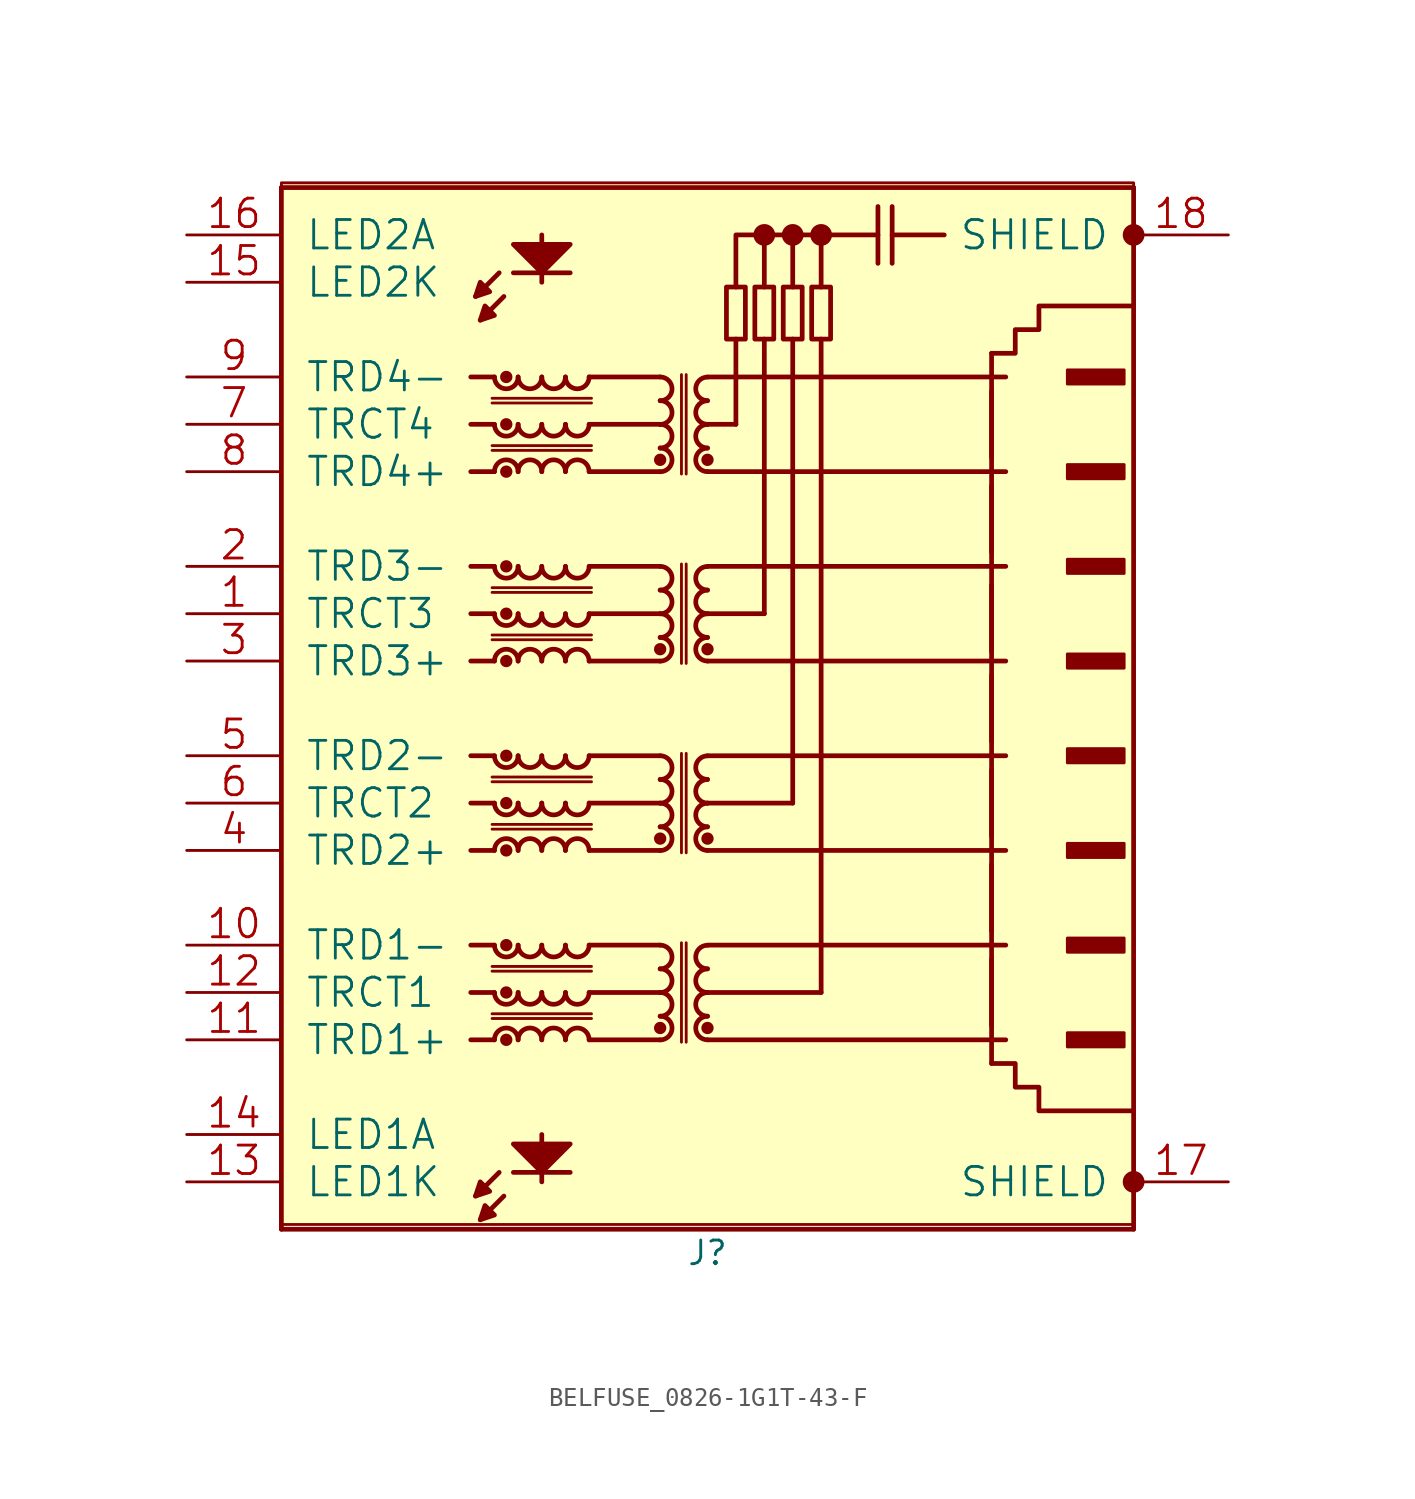
<source format=kicad_sym>
(kicad_symbol_lib
  (version 20241209)
  (generator "kicad_symbol_editor")
  (generator_version "9.0")
  (symbol "BELFUSE_0826-1G1T-43-F"
    (pin_names
      (offset 1.27))
    (property "Reference" "J"
      (at 22.86 -1.27 0)
      (effects (font (size 1.27 1.27))))
    (property "Field5" ""
      (at 0 0 0)
      (effects (font (size 1.27 1.27))))
    (property "Field6" ""
      (at 0 0 0)
      (effects (font (size 1.27 1.27))))
    (property "Field7" ""
      (at 0 0 0)
      (effects (font (size 1.27 1.27))))
    (property "Field8" ""
      (at 0 0 0)
      (effects (font (size 1.27 1.27))))
    (property "Field9" ""
      (at 0 0 0)
      (effects (font (size 1.27 1.27))))
    (property "Field10" ""
      (at 0 0 0)
      (effects (font (size 1.27 1.27))))
    (property "Field11" ""
      (at 0 0 0)
      (effects (font (size 1.27 1.27))))
    (property "Field12" ""
      (at 0 0 0)
      (effects (font (size 1.27 1.27))))
    (property "Field13" ""
      (at 0 0 0)
      (effects (font (size 1.27 1.27))))
    (property "Field14" ""
      (at 0 0 0)
      (effects (font (size 1.27 1.27))))
    (property "Field15" ""
      (at 0 0 0)
      (effects (font (size 1.27 1.27))))
    (property "Field16" ""
      (at 0 0 0)
      (effects (font (size 1.27 1.27))))
    (property "Field17" ""
      (at 0 0 0)
      (effects (font (size 1.27 1.27))))
    (property "Field18" ""
      (at 0 0 0)
      (effects (font (size 1.27 1.27))))
    (property "Field19" ""
      (at 0 0 0)
      (effects (font (size 1.27 1.27))))
    (property "Field20" ""
      (at 0 0 0)
      (effects (font (size 1.27 1.27))))
    (property "Field21" ""
      (at 0 0 0)
      (effects (font (size 1.27 1.27))))
    (property "Field22" ""
      (at 0 0 0)
      (effects (font (size 1.27 1.27))))
    (property "ki_locked" ""
      (at 0 0 0)
      (effects (font (size 1.27 1.27))))
    (symbol "BELFUSE_0826-1G1T-43-F_0_1"
      (rectangle (start 0 56.134) (end 45.72 0.254) (stroke (width 0) (type solid)) (fill (type background)))
      (polyline (pts (xy 0 55.88) (xy 0 0)) (stroke (width 0.254) (type solid)) (fill (type none)))
      (polyline (pts (xy 0 55.88) (xy 45.72 55.88)) (stroke (width 0.254) (type solid)) (fill (type none)))
      (polyline (pts (xy 0 0) (xy 45.72 0)) (stroke (width 0.254) (type solid)) (fill (type none)))
      (polyline (pts (xy 10.16 45.72) (xy 11.43 45.72)) (stroke (width 0.254) (type solid)) (fill (type none)))
      (polyline (pts (xy 10.16 43.18) (xy 11.43 43.18)) (stroke (width 0.254) (type solid)) (fill (type none)))
      (polyline (pts (xy 10.16 40.64) (xy 11.43 40.64)) (stroke (width 0.254) (type solid)) (fill (type none)))
      (polyline (pts (xy 10.16 35.56) (xy 11.43 35.56)) (stroke (width 0.254) (type solid)) (fill (type none)))
      (polyline (pts (xy 10.16 33.02) (xy 11.43 33.02)) (stroke (width 0.254) (type solid)) (fill (type none)))
      (polyline (pts (xy 10.16 30.48) (xy 11.43 30.48)) (stroke (width 0.254) (type solid)) (fill (type none)))
      (polyline (pts (xy 10.16 25.4) (xy 11.43 25.4)) (stroke (width 0.254) (type solid)) (fill (type none)))
      (polyline (pts (xy 10.16 22.86) (xy 11.43 22.86)) (stroke (width 0.254) (type solid)) (fill (type none)))
      (polyline (pts (xy 10.16 20.32) (xy 11.43 20.32)) (stroke (width 0.254) (type solid)) (fill (type none)))
      (polyline (pts (xy 10.16 15.24) (xy 11.43 15.24)) (stroke (width 0.254) (type solid)) (fill (type none)))
      (polyline (pts (xy 10.16 12.7) (xy 11.43 12.7)) (stroke (width 0.254) (type solid)) (fill (type none)))
      (polyline (pts (xy 10.16 10.16) (xy 11.43 10.16)) (stroke (width 0.254) (type solid)) (fill (type none)))
      (polyline (pts (xy 10.414 50.038) (xy 10.668 50.8) (xy 11.176 50.292) (xy 10.414 50.038)) (stroke (width 0.254) (type solid)) (fill (type outline)))
      (polyline (pts (xy 10.414 1.778) (xy 10.668 2.54) (xy 11.176 2.032) (xy 10.414 1.778)) (stroke (width 0.254) (type solid)) (fill (type outline)))
      (polyline (pts (xy 10.668 48.768) (xy 10.922 49.53) (xy 11.43 49.022) (xy 10.668 48.768)) (stroke (width 0.254) (type solid)) (fill (type outline)))
      (polyline (pts (xy 10.668 0.508) (xy 10.922 1.27) (xy 11.43 0.762) (xy 10.668 0.508)) (stroke (width 0.254) (type solid)) (fill (type outline)))
      (polyline (pts (xy 11.303 44.577) (xy 16.637 44.577)) (stroke (width 0) (type solid)) (fill (type none)))
      (polyline (pts (xy 11.303 44.323) (xy 16.637 44.323)) (stroke (width 0) (type solid)) (fill (type none)))
      (polyline (pts (xy 11.303 42.037) (xy 16.637 42.037)) (stroke (width 0) (type solid)) (fill (type none)))
      (polyline (pts (xy 11.303 41.783) (xy 16.637 41.783)) (stroke (width 0) (type solid)) (fill (type none)))
      (polyline (pts (xy 11.303 34.417) (xy 16.637 34.417)) (stroke (width 0) (type solid)) (fill (type none)))
      (polyline (pts (xy 11.303 34.163) (xy 16.637 34.163)) (stroke (width 0) (type solid)) (fill (type none)))
      (polyline (pts (xy 11.303 31.877) (xy 16.637 31.877)) (stroke (width 0) (type solid)) (fill (type none)))
      (polyline (pts (xy 11.303 31.623) (xy 16.637 31.623)) (stroke (width 0) (type solid)) (fill (type none)))
      (polyline (pts (xy 11.303 24.257) (xy 16.637 24.257)) (stroke (width 0) (type solid)) (fill (type none)))
      (polyline (pts (xy 11.303 24.003) (xy 16.637 24.003)) (stroke (width 0) (type solid)) (fill (type none)))
      (polyline (pts (xy 11.303 21.717) (xy 16.637 21.717)) (stroke (width 0) (type solid)) (fill (type none)))
      (polyline (pts (xy 11.303 21.463) (xy 16.637 21.463)) (stroke (width 0) (type solid)) (fill (type none)))
      (polyline (pts (xy 11.303 14.097) (xy 16.637 14.097)) (stroke (width 0) (type solid)) (fill (type none)))
      (polyline (pts (xy 11.303 13.843) (xy 16.637 13.843)) (stroke (width 0) (type solid)) (fill (type none)))
      (polyline (pts (xy 11.303 11.557) (xy 16.637 11.557)) (stroke (width 0) (type solid)) (fill (type none)))
      (polyline (pts (xy 11.303 11.303) (xy 16.637 11.303)) (stroke (width 0) (type solid)) (fill (type none)))
      (polyline (pts (xy 11.684 51.308) (xy 10.414 50.038)) (stroke (width 0.254) (type solid)) (fill (type none)))
      (polyline (pts (xy 11.684 3.048) (xy 10.414 1.778)) (stroke (width 0.254) (type solid)) (fill (type none)))
      (polyline (pts (xy 11.938 50.038) (xy 10.668 48.768)) (stroke (width 0.254) (type solid)) (fill (type none)))
      (polyline (pts (xy 11.938 1.778) (xy 10.668 0.508)) (stroke (width 0.254) (type solid)) (fill (type none)))
      (circle (center 12.065 45.72) (radius 0.254) (stroke (width 0) (type solid)) (fill (type outline)))
      (arc (start 12.7 45.72) (mid 12.065 45.085) (end 11.43 45.72) (stroke (width 0.254) (type solid)) (fill (type none)))
      (circle (center 12.065 43.18) (radius 0.254) (stroke (width 0) (type solid)) (fill (type outline)))
      (arc (start 12.7 43.18) (mid 12.065 42.545) (end 11.43 43.18) (stroke (width 0.254) (type solid)) (fill (type none)))
      (arc (start 11.43 40.64) (mid 12.065 41.275) (end 12.7 40.64) (stroke (width 0.254) (type solid)) (fill (type none)))
      (circle (center 12.065 40.64) (radius 0.254) (stroke (width 0) (type solid)) (fill (type outline)))
      (circle (center 12.065 35.56) (radius 0.254) (stroke (width 0) (type solid)) (fill (type outline)))
      (arc (start 12.7 35.56) (mid 12.065 34.925) (end 11.43 35.56) (stroke (width 0.254) (type solid)) (fill (type none)))
      (circle (center 12.065 33.02) (radius 0.254) (stroke (width 0) (type solid)) (fill (type outline)))
      (arc (start 12.7 33.02) (mid 12.065 32.385) (end 11.43 33.02) (stroke (width 0.254) (type solid)) (fill (type none)))
      (arc (start 11.43 30.48) (mid 12.065 31.115) (end 12.7 30.48) (stroke (width 0.254) (type solid)) (fill (type none)))
      (circle (center 12.065 30.48) (radius 0.254) (stroke (width 0) (type solid)) (fill (type outline)))
      (circle (center 12.065 25.4) (radius 0.254) (stroke (width 0) (type solid)) (fill (type outline)))
      (arc (start 12.7 25.4) (mid 12.065 24.765) (end 11.43 25.4) (stroke (width 0.254) (type solid)) (fill (type none)))
      (circle (center 12.065 22.86) (radius 0.254) (stroke (width 0) (type solid)) (fill (type outline)))
      (arc (start 12.7 22.86) (mid 12.065 22.225) (end 11.43 22.86) (stroke (width 0.254) (type solid)) (fill (type none)))
      (arc (start 11.43 20.32) (mid 12.065 20.955) (end 12.7 20.32) (stroke (width 0.254) (type solid)) (fill (type none)))
      (circle (center 12.065 20.32) (radius 0.254) (stroke (width 0) (type solid)) (fill (type outline)))
      (circle (center 12.065 15.24) (radius 0.254) (stroke (width 0) (type solid)) (fill (type outline)))
      (arc (start 12.7 15.24) (mid 12.065 14.605) (end 11.43 15.24) (stroke (width 0.254) (type solid)) (fill (type none)))
      (circle (center 12.065 12.7) (radius 0.254) (stroke (width 0) (type solid)) (fill (type outline)))
      (arc (start 12.7 12.7) (mid 12.065 12.065) (end 11.43 12.7) (stroke (width 0.254) (type solid)) (fill (type none)))
      (arc (start 11.43 10.16) (mid 12.065 10.795) (end 12.7 10.16) (stroke (width 0.254) (type solid)) (fill (type none)))
      (circle (center 12.065 10.16) (radius 0.254) (stroke (width 0) (type solid)) (fill (type outline)))
      (polyline (pts (xy 12.446 51.308) (xy 15.494 51.308)) (stroke (width 0.254) (type solid)) (fill (type none)))
      (polyline (pts (xy 12.446 3.048) (xy 15.494 3.048)) (stroke (width 0.254) (type solid)) (fill (type none)))
      (arc (start 13.97 45.72) (mid 13.335 45.085) (end 12.7 45.72) (stroke (width 0.254) (type solid)) (fill (type none)))
      (arc (start 13.97 43.18) (mid 13.335 42.545) (end 12.7 43.18) (stroke (width 0.254) (type solid)) (fill (type none)))
      (arc (start 12.7 40.64) (mid 13.335 41.275) (end 13.97 40.64) (stroke (width 0.254) (type solid)) (fill (type none)))
      (arc (start 13.97 35.56) (mid 13.335 34.925) (end 12.7 35.56) (stroke (width 0.254) (type solid)) (fill (type none)))
      (arc (start 13.97 33.02) (mid 13.335 32.385) (end 12.7 33.02) (stroke (width 0.254) (type solid)) (fill (type none)))
      (arc (start 12.7 30.48) (mid 13.335 31.115) (end 13.97 30.48) (stroke (width 0.254) (type solid)) (fill (type none)))
      (arc (start 13.97 25.4) (mid 13.335 24.765) (end 12.7 25.4) (stroke (width 0.254) (type solid)) (fill (type none)))
      (arc (start 13.97 22.86) (mid 13.335 22.225) (end 12.7 22.86) (stroke (width 0.254) (type solid)) (fill (type none)))
      (arc (start 12.7 20.32) (mid 13.335 20.955) (end 13.97 20.32) (stroke (width 0.254) (type solid)) (fill (type none)))
      (arc (start 13.97 15.24) (mid 13.335 14.605) (end 12.7 15.24) (stroke (width 0.254) (type solid)) (fill (type none)))
      (arc (start 13.97 12.7) (mid 13.335 12.065) (end 12.7 12.7) (stroke (width 0.254) (type solid)) (fill (type none)))
      (arc (start 12.7 10.16) (mid 13.335 10.795) (end 13.97 10.16) (stroke (width 0.254) (type solid)) (fill (type none)))
      (polyline (pts (xy 13.97 53.34) (xy 13.97 50.8)) (stroke (width 0.254) (type solid)) (fill (type none)))
      (polyline (pts (xy 13.97 5.08) (xy 13.97 2.54)) (stroke (width 0.254) (type solid)) (fill (type none)))
      (arc (start 15.24 45.72) (mid 14.605 45.085) (end 13.97 45.72) (stroke (width 0.254) (type solid)) (fill (type none)))
      (arc (start 15.24 43.18) (mid 14.605 42.545) (end 13.97 43.18) (stroke (width 0.254) (type solid)) (fill (type none)))
      (arc (start 13.97 40.64) (mid 14.605 41.275) (end 15.24 40.64) (stroke (width 0.254) (type solid)) (fill (type none)))
      (arc (start 15.24 35.56) (mid 14.605 34.925) (end 13.97 35.56) (stroke (width 0.254) (type solid)) (fill (type none)))
      (arc (start 15.24 33.02) (mid 14.605 32.385) (end 13.97 33.02) (stroke (width 0.254) (type solid)) (fill (type none)))
      (arc (start 13.97 30.48) (mid 14.605 31.115) (end 15.24 30.48) (stroke (width 0.254) (type solid)) (fill (type none)))
      (arc (start 15.24 25.4) (mid 14.605 24.765) (end 13.97 25.4) (stroke (width 0.254) (type solid)) (fill (type none)))
      (arc (start 15.24 22.86) (mid 14.605 22.225) (end 13.97 22.86) (stroke (width 0.254) (type solid)) (fill (type none)))
      (arc (start 13.97 20.32) (mid 14.605 20.955) (end 15.24 20.32) (stroke (width 0.254) (type solid)) (fill (type none)))
      (arc (start 15.24 15.24) (mid 14.605 14.605) (end 13.97 15.24) (stroke (width 0.254) (type solid)) (fill (type none)))
      (arc (start 15.24 12.7) (mid 14.605 12.065) (end 13.97 12.7) (stroke (width 0.254) (type solid)) (fill (type none)))
      (arc (start 13.97 10.16) (mid 14.605 10.795) (end 15.24 10.16) (stroke (width 0.254) (type solid)) (fill (type none)))
      (polyline (pts (xy 15.494 52.832) (xy 13.97 51.308) (xy 12.446 52.832) (xy 15.494 52.832)) (stroke (width 0.254) (type solid)) (fill (type outline)))
      (polyline (pts (xy 15.494 4.572) (xy 13.97 3.048) (xy 12.446 4.572) (xy 15.494 4.572)) (stroke (width 0.254) (type solid)) (fill (type outline)))
      (arc (start 16.51 45.72) (mid 15.875 45.085) (end 15.24 45.72) (stroke (width 0.254) (type solid)) (fill (type none)))
      (arc (start 16.51 43.18) (mid 15.875 42.545) (end 15.24 43.18) (stroke (width 0.254) (type solid)) (fill (type none)))
      (arc (start 15.24 40.64) (mid 15.875 41.275) (end 16.51 40.64) (stroke (width 0.254) (type solid)) (fill (type none)))
      (arc (start 16.51 35.56) (mid 15.875 34.925) (end 15.24 35.56) (stroke (width 0.254) (type solid)) (fill (type none)))
      (arc (start 16.51 33.02) (mid 15.875 32.385) (end 15.24 33.02) (stroke (width 0.254) (type solid)) (fill (type none)))
      (arc (start 15.24 30.48) (mid 15.875 31.115) (end 16.51 30.48) (stroke (width 0.254) (type solid)) (fill (type none)))
      (arc (start 16.51 25.4) (mid 15.875 24.765) (end 15.24 25.4) (stroke (width 0.254) (type solid)) (fill (type none)))
      (arc (start 16.51 22.86) (mid 15.875 22.225) (end 15.24 22.86) (stroke (width 0.254) (type solid)) (fill (type none)))
      (arc (start 15.24 20.32) (mid 15.875 20.955) (end 16.51 20.32) (stroke (width 0.254) (type solid)) (fill (type none)))
      (arc (start 16.51 15.24) (mid 15.875 14.605) (end 15.24 15.24) (stroke (width 0.254) (type solid)) (fill (type none)))
      (arc (start 16.51 12.7) (mid 15.875 12.065) (end 15.24 12.7) (stroke (width 0.254) (type solid)) (fill (type none)))
      (arc (start 15.24 10.16) (mid 15.875 10.795) (end 16.51 10.16) (stroke (width 0.254) (type solid)) (fill (type none)))
      (polyline (pts (xy 16.51 45.72) (xy 20.32 45.72)) (stroke (width 0.254) (type solid)) (fill (type none)))
      (polyline (pts (xy 16.51 43.18) (xy 20.32 43.18)) (stroke (width 0.254) (type solid)) (fill (type none)))
      (polyline (pts (xy 16.51 40.64) (xy 20.32 40.64)) (stroke (width 0.254) (type solid)) (fill (type none)))
      (polyline (pts (xy 16.51 35.56) (xy 20.32 35.56)) (stroke (width 0.254) (type solid)) (fill (type none)))
      (polyline (pts (xy 16.51 33.02) (xy 20.32 33.02)) (stroke (width 0.254) (type solid)) (fill (type none)))
      (polyline (pts (xy 16.51 30.48) (xy 20.32 30.48)) (stroke (width 0.254) (type solid)) (fill (type none)))
      (polyline (pts (xy 16.51 25.4) (xy 20.32 25.4)) (stroke (width 0.254) (type solid)) (fill (type none)))
      (polyline (pts (xy 16.51 22.86) (xy 20.32 22.86)) (stroke (width 0.254) (type solid)) (fill (type none)))
      (polyline (pts (xy 16.51 20.32) (xy 20.32 20.32)) (stroke (width 0.254) (type solid)) (fill (type none)))
      (polyline (pts (xy 16.51 15.24) (xy 20.32 15.24)) (stroke (width 0.254) (type solid)) (fill (type none)))
      (polyline (pts (xy 16.51 12.7) (xy 20.32 12.7)) (stroke (width 0.254) (type solid)) (fill (type none)))
      (polyline (pts (xy 16.51 10.16) (xy 20.32 10.16)) (stroke (width 0.254) (type solid)) (fill (type none)))
      (arc (start 20.32 45.72) (mid 20.955 45.085) (end 20.32 44.45) (stroke (width 0.254) (type solid)) (fill (type none)))
      (arc (start 20.32 44.45) (mid 20.955 43.815) (end 20.32 43.18) (stroke (width 0.254) (type solid)) (fill (type none)))
      (arc (start 20.32 43.18) (mid 20.955 42.545) (end 20.32 41.91) (stroke (width 0.254) (type solid)) (fill (type none)))
      (arc (start 20.32 41.91) (mid 20.955 41.275) (end 20.32 40.64) (stroke (width 0.254) (type solid)) (fill (type none)))
      (circle (center 20.32 41.275) (radius 0.254) (stroke (width 0) (type solid)) (fill (type outline)))
      (arc (start 20.32 35.56) (mid 20.955 34.925) (end 20.32 34.29) (stroke (width 0.254) (type solid)) (fill (type none)))
      (arc (start 20.32 34.29) (mid 20.955 33.655) (end 20.32 33.02) (stroke (width 0.254) (type solid)) (fill (type none)))
      (arc (start 20.32 33.02) (mid 20.955 32.385) (end 20.32 31.75) (stroke (width 0.254) (type solid)) (fill (type none)))
      (arc (start 20.32 31.75) (mid 20.955 31.115) (end 20.32 30.48) (stroke (width 0.254) (type solid)) (fill (type none)))
      (circle (center 20.32 31.115) (radius 0.254) (stroke (width 0) (type solid)) (fill (type outline)))
      (arc (start 20.32 25.4) (mid 20.955 24.765) (end 20.32 24.13) (stroke (width 0.254) (type solid)) (fill (type none)))
      (arc (start 20.32 24.13) (mid 20.955 23.495) (end 20.32 22.86) (stroke (width 0.254) (type solid)) (fill (type none)))
      (arc (start 20.32 22.86) (mid 20.955 22.225) (end 20.32 21.59) (stroke (width 0.254) (type solid)) (fill (type none)))
      (arc (start 20.32 21.59) (mid 20.955 20.955) (end 20.32 20.32) (stroke (width 0.254) (type solid)) (fill (type none)))
      (circle (center 20.32 20.955) (radius 0.254) (stroke (width 0) (type solid)) (fill (type outline)))
      (arc (start 20.32 15.24) (mid 20.955 14.605) (end 20.32 13.97) (stroke (width 0.254) (type solid)) (fill (type none)))
      (arc (start 20.32 13.97) (mid 20.955 13.335) (end 20.32 12.7) (stroke (width 0.254) (type solid)) (fill (type none)))
      (arc (start 20.32 12.7) (mid 20.955 12.065) (end 20.32 11.43) (stroke (width 0.254) (type solid)) (fill (type none)))
      (arc (start 20.32 11.43) (mid 20.955 10.795) (end 20.32 10.16) (stroke (width 0.254) (type solid)) (fill (type none)))
      (circle (center 20.32 10.795) (radius 0.254) (stroke (width 0) (type solid)) (fill (type outline)))
      (polyline (pts (xy 21.463 45.847) (xy 21.463 40.513)) (stroke (width 0) (type solid)) (fill (type none)))
      (polyline (pts (xy 21.463 35.687) (xy 21.463 30.353)) (stroke (width 0) (type solid)) (fill (type none)))
      (polyline (pts (xy 21.463 25.527) (xy 21.463 20.193)) (stroke (width 0) (type solid)) (fill (type none)))
      (polyline (pts (xy 21.463 15.367) (xy 21.463 10.033)) (stroke (width 0) (type solid)) (fill (type none)))
      (polyline (pts (xy 21.717 45.847) (xy 21.717 40.513)) (stroke (width 0) (type solid)) (fill (type none)))
      (polyline (pts (xy 21.717 35.687) (xy 21.717 30.353)) (stroke (width 0) (type solid)) (fill (type none)))
      (polyline (pts (xy 21.717 25.527) (xy 21.717 20.193)) (stroke (width 0) (type solid)) (fill (type none)))
      (polyline (pts (xy 21.717 15.367) (xy 21.717 10.033)) (stroke (width 0) (type solid)) (fill (type none)))
      (polyline (pts (xy 22.86 45.72) (xy 38.862 45.72)) (stroke (width 0.254) (type solid)) (fill (type none)))
      (arc (start 22.86 44.45) (mid 22.225 45.085) (end 22.86 45.72) (stroke (width 0.254) (type solid)) (fill (type none)))
      (arc (start 22.86 43.18) (mid 22.225 43.815) (end 22.86 44.45) (stroke (width 0.254) (type solid)) (fill (type none)))
      (arc (start 22.86 41.91) (mid 22.225 42.545) (end 22.86 43.18) (stroke (width 0.254) (type solid)) (fill (type none)))
      (circle (center 22.86 41.275) (radius 0.254) (stroke (width 0) (type solid)) (fill (type outline)))
      (arc (start 22.86 40.64) (mid 22.225 41.275) (end 22.86 41.91) (stroke (width 0.254) (type solid)) (fill (type none)))
      (polyline (pts (xy 22.86 40.64) (xy 38.862 40.64)) (stroke (width 0.254) (type solid)) (fill (type none)))
      (polyline (pts (xy 22.86 35.56) (xy 38.862 35.56)) (stroke (width 0.254) (type solid)) (fill (type none)))
      (arc (start 22.86 34.29) (mid 22.225 34.925) (end 22.86 35.56) (stroke (width 0.254) (type solid)) (fill (type none)))
      (arc (start 22.86 33.02) (mid 22.225 33.655) (end 22.86 34.29) (stroke (width 0.254) (type solid)) (fill (type none)))
      (arc (start 22.86 31.75) (mid 22.225 32.385) (end 22.86 33.02) (stroke (width 0.254) (type solid)) (fill (type none)))
      (circle (center 22.86 31.115) (radius 0.254) (stroke (width 0) (type solid)) (fill (type outline)))
      (arc (start 22.86 30.48) (mid 22.225 31.115) (end 22.86 31.75) (stroke (width 0.254) (type solid)) (fill (type none)))
      (polyline (pts (xy 22.86 30.48) (xy 38.862 30.48)) (stroke (width 0.254) (type solid)) (fill (type none)))
      (polyline (pts (xy 22.86 25.4) (xy 38.862 25.4)) (stroke (width 0.254) (type solid)) (fill (type none)))
      (arc (start 22.86 24.13) (mid 22.225 24.765) (end 22.86 25.4) (stroke (width 0.254) (type solid)) (fill (type none)))
      (arc (start 22.86 22.86) (mid 22.225 23.495) (end 22.86 24.13) (stroke (width 0.254) (type solid)) (fill (type none)))
      (arc (start 22.86 21.59) (mid 22.225 22.225) (end 22.86 22.86) (stroke (width 0.254) (type solid)) (fill (type none)))
      (circle (center 22.86 20.955) (radius 0.254) (stroke (width 0) (type solid)) (fill (type outline)))
      (arc (start 22.86 20.32) (mid 22.225 20.955) (end 22.86 21.59) (stroke (width 0.254) (type solid)) (fill (type none)))
      (polyline (pts (xy 22.86 20.32) (xy 38.862 20.32)) (stroke (width 0.254) (type solid)) (fill (type none)))
      (polyline (pts (xy 22.86 15.24) (xy 38.862 15.24)) (stroke (width 0.254) (type solid)) (fill (type none)))
      (arc (start 22.86 13.97) (mid 22.225 14.605) (end 22.86 15.24) (stroke (width 0.254) (type solid)) (fill (type none)))
      (arc (start 22.86 12.7) (mid 22.225 13.335) (end 22.86 13.97) (stroke (width 0.254) (type solid)) (fill (type none)))
      (polyline (pts (xy 22.86 12.7) (xy 28.956 12.7)) (stroke (width 0.254) (type solid)) (fill (type none)))
      (arc (start 22.86 11.43) (mid 22.225 12.065) (end 22.86 12.7) (stroke (width 0.254) (type solid)) (fill (type none)))
      (circle (center 22.86 10.795) (radius 0.254) (stroke (width 0) (type solid)) (fill (type outline)))
      (arc (start 22.86 10.16) (mid 22.225 10.795) (end 22.86 11.43) (stroke (width 0.254) (type solid)) (fill (type none)))
      (polyline (pts (xy 22.86 10.16) (xy 38.862 10.16)) (stroke (width 0.254) (type solid)) (fill (type none)))
      (polyline (pts (xy 24.384 50.546) (xy 24.384 53.34) (xy 28.956 53.34) (xy 28.956 50.546)) (stroke (width 0.254) (type solid)) (fill (type none)))
      (polyline (pts (xy 24.384 43.18) (xy 22.86 43.18)) (stroke (width 0.254) (type solid)) (fill (type none)))
      (polyline (pts (xy 24.384 43.18) (xy 24.384 47.752)) (stroke (width 0.254) (type solid)) (fill (type none)))
      (polyline (pts (xy 24.892 50.546) (xy 24.892 47.752) (xy 23.876 47.752) (xy 23.876 50.546) (xy 24.892 50.546)) (stroke (width 0.254) (type solid)) (fill (type none)))
      (circle (center 25.908 53.34) (radius 0.508) (stroke (width 0) (type solid)) (fill (type outline)))
      (polyline (pts (xy 25.908 50.546) (xy 25.908 53.34)) (stroke (width 0.254) (type solid)) (fill (type none)))
      (polyline (pts (xy 25.908 33.02) (xy 22.86 33.02)) (stroke (width 0.254) (type solid)) (fill (type none)))
      (polyline (pts (xy 25.908 33.02) (xy 25.908 47.752)) (stroke (width 0.254) (type solid)) (fill (type none)))
      (polyline (pts (xy 26.416 50.546) (xy 26.416 47.752) (xy 25.4 47.752) (xy 25.4 50.546) (xy 26.416 50.546)) (stroke (width 0.254) (type solid)) (fill (type none)))
      (circle (center 27.432 53.34) (radius 0.508) (stroke (width 0) (type solid)) (fill (type outline)))
      (polyline (pts (xy 27.432 50.546) (xy 27.432 53.34)) (stroke (width 0.254) (type solid)) (fill (type none)))
      (polyline (pts (xy 27.432 22.86) (xy 22.86 22.86)) (stroke (width 0.254) (type solid)) (fill (type none)))
      (polyline (pts (xy 27.432 22.86) (xy 27.432 47.752)) (stroke (width 0.254) (type solid)) (fill (type none)))
      (polyline (pts (xy 27.94 50.546) (xy 27.94 47.752) (xy 26.924 47.752) (xy 26.924 50.546) (xy 27.94 50.546)) (stroke (width 0.254) (type solid)) (fill (type none)))
      (polyline (pts (xy 28.956 53.34) (xy 32.004 53.34)) (stroke (width 0.254) (type solid)) (fill (type none)))
      (circle (center 28.956 53.34) (radius 0.508) (stroke (width 0) (type solid)) (fill (type outline)))
      (polyline (pts (xy 28.956 12.7) (xy 28.956 47.752)) (stroke (width 0.254) (type solid)) (fill (type none)))
      (polyline (pts (xy 29.464 50.546) (xy 29.464 47.752) (xy 28.448 47.752) (xy 28.448 50.546) (xy 29.464 50.546)) (stroke (width 0.254) (type solid)) (fill (type none)))
      (polyline (pts (xy 32.004 54.864) (xy 32.004 51.816)) (stroke (width 0.254) (type solid)) (fill (type none)))
      (polyline (pts (xy 32.766 54.864) (xy 32.766 51.816)) (stroke (width 0.254) (type solid)) (fill (type none)))
      (polyline (pts (xy 32.766 53.34) (xy 35.56 53.34)) (stroke (width 0.254) (type solid)) (fill (type none)))
      (polyline (pts (xy 38.1 46.99) (xy 39.37 46.99) (xy 39.37 48.26) (xy 40.64 48.26) (xy 40.64 49.53) (xy 45.72 49.53)) (stroke (width 0.254) (type solid)) (fill (type none)))
      (polyline (pts (xy 38.1 41.402) (xy 38.1 44.958)) (stroke (width 0.254) (type solid)) (fill (type none)))
      (polyline (pts (xy 38.1 36.322) (xy 38.1 39.878)) (stroke (width 0.254) (type solid)) (fill (type none)))
      (polyline (pts (xy 38.1 30.988) (xy 38.1 34.544)) (stroke (width 0.254) (type solid)) (fill (type none)))
      (polyline (pts (xy 38.1 26.162) (xy 38.1 29.718)) (stroke (width 0.254) (type solid)) (fill (type none)))
      (polyline (pts (xy 38.1 21.082) (xy 38.1 24.638)) (stroke (width 0.254) (type solid)) (fill (type none)))
      (polyline (pts (xy 38.1 16.002) (xy 38.1 19.558)) (stroke (width 0.254) (type solid)) (fill (type none)))
      (polyline (pts (xy 38.1 10.922) (xy 38.1 14.478)) (stroke (width 0.254) (type solid)) (fill (type none)))
      (polyline (pts (xy 38.1 8.89) (xy 38.1 46.99)) (stroke (width 0.254) (type solid)) (fill (type none)))
      (polyline (pts (xy 38.1 8.89) (xy 39.37 8.89) (xy 39.37 7.62) (xy 40.64 7.62) (xy 40.64 6.35) (xy 45.72 6.35)) (stroke (width 0.254) (type solid)) (fill (type none)))
      (rectangle (start 42.164 46.101) (end 45.212 45.339) (stroke (width 0) (type solid)) (fill (type outline)))
      (rectangle (start 42.164 41.021) (end 45.212 40.259) (stroke (width 0) (type solid)) (fill (type outline)))
      (rectangle (start 42.164 35.941) (end 45.212 35.179) (stroke (width 0) (type solid)) (fill (type outline)))
      (rectangle (start 42.164 30.861) (end 45.212 30.099) (stroke (width 0) (type solid)) (fill (type outline)))
      (rectangle (start 42.164 25.781) (end 45.212 25.019) (stroke (width 0) (type solid)) (fill (type outline)))
      (rectangle (start 42.164 20.701) (end 45.212 19.939) (stroke (width 0) (type solid)) (fill (type outline)))
      (rectangle (start 42.164 15.621) (end 45.212 14.859) (stroke (width 0) (type solid)) (fill (type outline)))
      (rectangle (start 42.164 10.541) (end 45.212 9.779) (stroke (width 0) (type solid)) (fill (type outline)))
      (circle (center 45.72 53.34) (radius 0.508) (stroke (width 0) (type solid)) (fill (type outline)))
      (circle (center 45.72 2.54) (radius 0.508) (stroke (width 0) (type solid)) (fill (type outline)))
      (polyline (pts (xy 45.72 0) (xy 45.72 55.88)) (stroke (width 0.254) (type solid)) (fill (type none)))
      (pin passive line (at -5.08 53.34 0) (length 5.08) (name "LED2A" (effects (font (size 1.524 1.524)))) (number "16" (effects (font (size 1.524 1.524)))))
      (pin passive line (at -5.08 50.8 0) (length 5.08) (name "LED2K" (effects (font (size 1.524 1.524)))) (number "15" (effects (font (size 1.524 1.524)))))
      (pin bidirectional line (at -5.08 45.72 0) (length 5.08) (name "TRD4-" (effects (font (size 1.524 1.524)))) (number "9" (effects (font (size 1.524 1.524)))))
      (pin bidirectional line (at -5.08 43.18 0) (length 5.08) (name "TRCT4" (effects (font (size 1.524 1.524)))) (number "7" (effects (font (size 1.524 1.524)))))
      (pin bidirectional line (at -5.08 40.64 0) (length 5.08) (name "TRD4+" (effects (font (size 1.524 1.524)))) (number "8" (effects (font (size 1.524 1.524)))))
      (pin bidirectional line (at -5.08 35.56 0) (length 5.08) (name "TRD3-" (effects (font (size 1.524 1.524)))) (number "2" (effects (font (size 1.524 1.524)))))
      (pin bidirectional line (at -5.08 33.02 0) (length 5.08) (name "TRCT3" (effects (font (size 1.524 1.524)))) (number "1" (effects (font (size 1.524 1.524)))))
      (pin bidirectional line (at -5.08 30.48 0) (length 5.08) (name "TRD3+" (effects (font (size 1.524 1.524)))) (number "3" (effects (font (size 1.524 1.524)))))
      (pin bidirectional line (at -5.08 25.4 0) (length 5.08) (name "TRD2-" (effects (font (size 1.524 1.524)))) (number "5" (effects (font (size 1.524 1.524)))))
      (pin bidirectional line (at -5.08 22.86 0) (length 5.08) (name "TRCT2" (effects (font (size 1.524 1.524)))) (number "6" (effects (font (size 1.524 1.524)))))
      (pin bidirectional line (at -5.08 20.32 0) (length 5.08) (name "TRD2+" (effects (font (size 1.524 1.524)))) (number "4" (effects (font (size 1.524 1.524)))))
      (pin bidirectional line (at -5.08 15.24 0) (length 5.08) (name "TRD1-" (effects (font (size 1.524 1.524)))) (number "10" (effects (font (size 1.524 1.524)))))
      (pin bidirectional line (at -5.08 12.7 0) (length 5.08) (name "TRCT1" (effects (font (size 1.524 1.524)))) (number "12" (effects (font (size 1.524 1.524)))))
      (pin bidirectional line (at -5.08 10.16 0) (length 5.08) (name "TRD1+" (effects (font (size 1.524 1.524)))) (number "11" (effects (font (size 1.524 1.524)))))
      (pin passive line (at -5.08 5.08 0) (length 5.08) (name "LED1A" (effects (font (size 1.524 1.524)))) (number "14" (effects (font (size 1.524 1.524)))))
      (pin passive line (at -5.08 2.54 0) (length 5.08) (name "LED1K" (effects (font (size 1.524 1.524)))) (number "13" (effects (font (size 1.524 1.524)))))
      (pin power_in line (at 50.8 53.34 180) (length 5.08) (name "SHIELD" (effects (font (size 1.524 1.524)))) (number "18" (effects (font (size 1.524 1.524)))))
      (pin power_in line (at 50.8 2.54 180) (length 5.08) (name "SHIELD" (effects (font (size 1.524 1.524)))) (number "17" (effects (font (size 1.524 1.524))))))))
</source>
